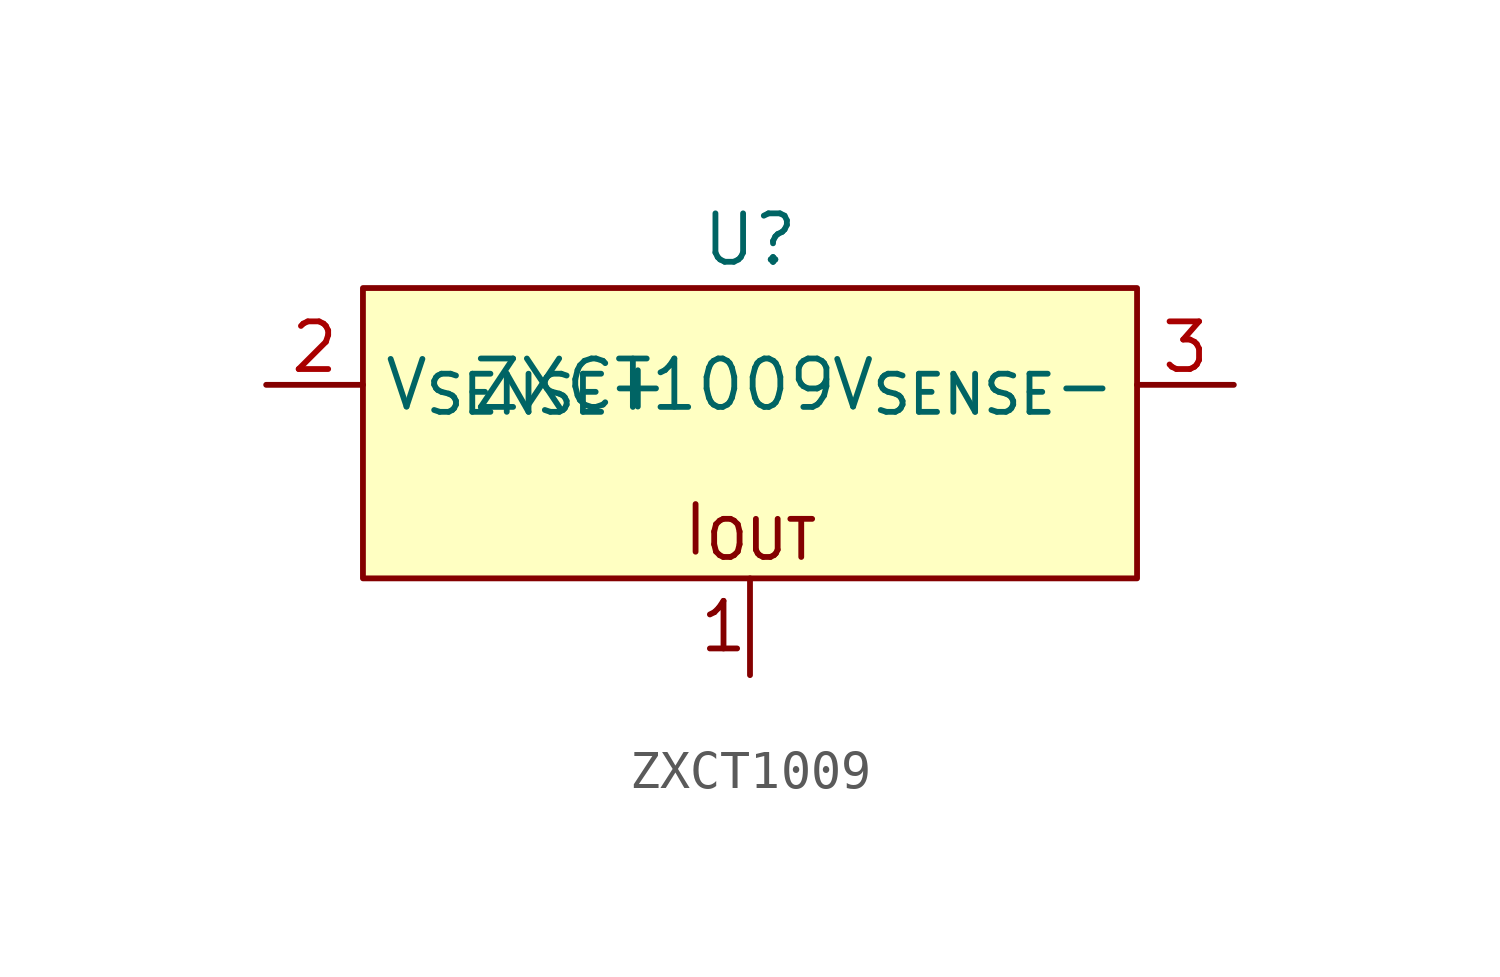
<source format=kicad_sym>
(kicad_symbol_lib
  (version 20231120)
  (generator "kicad_symbol_editor")
  (generator_version "8.0")
  (symbol "ZXCT1009"
    (property "Reference" "U"
      (at 0 3.81 0)
      (effects (font (size 1.27 1.27))))
    (property "Value" "ZXCT1009"
      (at -2.5 0 0)
      (effects (font (size 1.27 1.27))))
    (symbol "ZXCT1009_1_1"
      (rectangle (start -10.16 2.54) (end 10.16 -5.08) (stroke (width 0) (type default)) (fill (type background)))
      (polyline (pts (xy 0 -7.62) (xy 0 -5.08)) (stroke (width 0) (type default)) (fill (type none)))
      (text "1" (at 0 -6.35 0) (effects (font (size 1.25 1.25)) (justify right)))
      (text "I_{OUT}" (at 0 -3.81 0) (effects (font (size 1.25 1.25))))
      (pin output line (at 0 -7.62 90) (length 2.54) hide (name "I_{OUT}" (effects (font (size 1.27 1.27)))) (number "1" (effects (font (size 1.27 1.27)))))
      (pin input line (at -12.7 0 0) (length 2.54) (name "V_{SENSE}+" (effects (font (size 1.25 1.25)))) (number "2" (effects (font (size 1.25 1.25)))))
      (pin input line (at 12.7 0 180) (length 2.54) (name "V_{SENSE}-" (effects (font (size 1.25 1.25)))) (number "3" (effects (font (size 1.25 1.25))))))))
</source>
